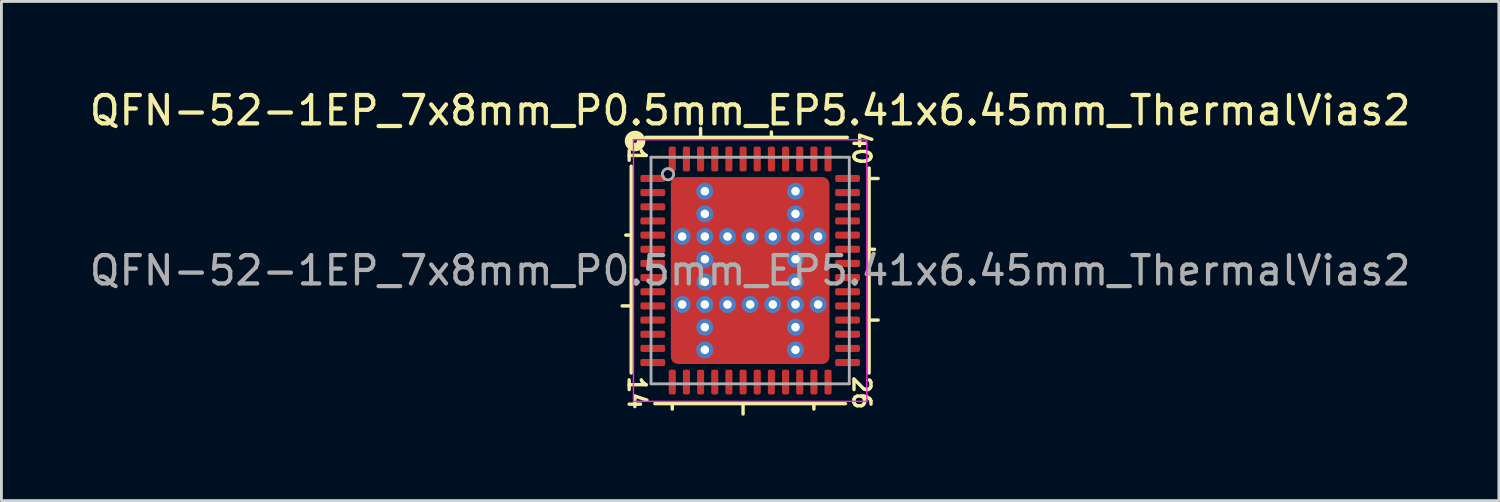
<source format=kicad_pcb>
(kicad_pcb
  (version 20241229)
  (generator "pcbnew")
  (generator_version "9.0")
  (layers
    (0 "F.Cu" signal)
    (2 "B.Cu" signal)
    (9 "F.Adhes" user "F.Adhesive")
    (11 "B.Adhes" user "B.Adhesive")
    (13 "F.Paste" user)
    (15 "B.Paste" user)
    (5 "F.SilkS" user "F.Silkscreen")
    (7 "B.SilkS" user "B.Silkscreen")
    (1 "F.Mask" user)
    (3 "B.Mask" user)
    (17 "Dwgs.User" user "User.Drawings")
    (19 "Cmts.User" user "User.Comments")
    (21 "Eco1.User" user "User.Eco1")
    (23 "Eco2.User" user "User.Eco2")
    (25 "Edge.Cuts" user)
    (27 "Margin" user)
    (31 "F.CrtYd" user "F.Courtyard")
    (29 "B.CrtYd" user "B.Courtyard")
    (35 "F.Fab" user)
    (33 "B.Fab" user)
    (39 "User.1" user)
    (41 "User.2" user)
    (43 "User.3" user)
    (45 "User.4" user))
  (footprint "QFN-52-1EP_7x8mm_P0.5mm_EP5.41x6.45mm_ThermalVias2"
    (layer "F.Cu")
    (at 23.435 6.501)
    (property "Reference" "QFN-52-1EP_7x8mm_P0.5mm_EP5.41x6.45mm_ThermalVias2" (at 0 -5.652 0) (layer "F.SilkS") (effects (font (size 1 1) (thickness 0.15))))
    (attr smd)
    (fp_line (start -4.2 -3.683) (end -4.2 3.619) (stroke (width 0.12) (type solid)) (layer "F.SilkS"))
    (fp_line (start -4.2 -1.25) (end -4.391 -1.25) (stroke (width 0.12) (type solid)) (layer "F.SilkS"))
    (fp_line (start -4.2 1.25) (end -4.518 1.25) (stroke (width 0.12) (type solid)) (layer "F.SilkS"))
    (fp_line (start -3.365 4.7) (end 3.365 4.7) (stroke (width 0.12) (type solid)) (layer "F.SilkS"))
    (fp_line (start -2.75 4.7) (end -2.75 4.891) (stroke (width 0.12) (type solid)) (layer "F.SilkS"))
    (fp_line (start -1.75 -4.7) (end -1.75 -5.018) (stroke (width 0.12) (type solid)) (layer "F.SilkS"))
    (fp_line (start -0.25 4.7) (end -0.25 5.064) (stroke (width 0.12) (type solid)) (layer "F.SilkS"))
    (fp_line (start 0.75 -4.7) (end 0.75 -4.891) (stroke (width 0.12) (type solid)) (layer "F.SilkS"))
    (fp_line (start 2.25 4.7) (end 2.25 4.891) (stroke (width 0.12) (type solid)) (layer "F.SilkS"))
    (fp_line (start 3.429 -4.7) (end -3.683 -4.7) (stroke (width 0.12) (type solid)) (layer "F.SilkS"))
    (fp_line (start 4.2 -3.25) (end 4.518 -3.25) (stroke (width 0.12) (type solid)) (layer "F.SilkS"))
    (fp_line (start 4.2 -0.75) (end 4.391 -0.75) (stroke (width 0.12) (type solid)) (layer "F.SilkS"))
    (fp_line (start 4.2 1.75) (end 4.518 1.75) (stroke (width 0.12) (type solid)) (layer "F.SilkS"))
    (fp_line (start 4.2 3.619) (end 4.2 -3.619) (stroke (width 0.12) (type solid)) (layer "F.SilkS"))
    (fp_circle (center -4.064 -4.572) (end -4 -4.572) (stroke (width 0.3) (type solid)) (fill no) (layer "F.SilkS"))
    (fp_line (start -4.12 -4.62) (end -4.12 4.62) (stroke (width 0.05) (type solid)) (layer "F.CrtYd"))
    (fp_line (start -4.12 4.62) (end 4.12 4.62) (stroke (width 0.05) (type solid)) (layer "F.CrtYd"))
    (fp_line (start 4.12 -4.62) (end -4.12 -4.62) (stroke (width 0.05) (type solid)) (layer "F.CrtYd"))
    (fp_line (start 4.12 4.62) (end 4.12 -4.62) (stroke (width 0.05) (type solid)) (layer "F.CrtYd"))
    (fp_line (start -3.5 -4) (end 3.5 -4) (stroke (width 0.1) (type solid)) (layer "F.Fab"))
    (fp_line (start -3.5 4) (end -3.5 -4) (stroke (width 0.1) (type solid)) (layer "F.Fab"))
    (fp_line (start 3.5 -4) (end 3.5 4) (stroke (width 0.1) (type solid)) (layer "F.Fab"))
    (fp_line (start 3.5 4) (end -3.5 4) (stroke (width 0.1) (type solid)) (layer "F.Fab"))
    (fp_circle (center -2.9 -3.4) (end -2.7 -3.4) (stroke (width 0.1) (type solid)) (fill no) (layer "F.Fab"))
    (fp_text user "1" (at -4 -4.064 270) (unlocked yes) (layer "F.SilkS") (effects (font (size 0.6 0.6) (thickness 0.12))))
    (fp_text user "26" (at 3.937 4.318 270) (unlocked yes) (layer "F.SilkS") (effects (font (size 0.6 0.6) (thickness 0.12))))
    (fp_text user "40" (at 3.937 -4.318 270) (unlocked yes) (layer "F.SilkS") (effects (font (size 0.6 0.6) (thickness 0.12))))
    (fp_text user "14" (at -4 4.318 270) (unlocked yes) (layer "F.SilkS") (effects (font (size 0.6 0.6) (thickness 0.12))))
    (fp_text user "${REFERENCE}" (at 0 0 0) (layer "F.Fab") (effects (font (size 1 1) (thickness 0.15))))
    (pad "" smd roundrect (at -2.3 -2.75) (size 0.6 0.6) (layers "F.Paste") (roundrect_rratio 0.25))
    (pad "" smd roundrect (at -2.3 -2.35 270) (size 1.7 0.8) (layers "F.Mask") (roundrect_rratio 0.25))
    (pad "" smd roundrect (at -2.3 -1.95) (size 0.6 0.6) (layers "F.Paste") (roundrect_rratio 0.25))
    (pad "" smd roundrect (at -2.3 -0.425) (size 0.6 0.65) (layers "F.Paste") (roundrect_rratio 0.25))
    (pad "" smd roundrect (at -2.3 0 270) (size 1.8 0.8) (layers "F.Mask") (roundrect_rratio 0.25))
    (pad "" smd roundrect (at -2.3 0.425) (size 0.6 0.65) (layers "F.Paste") (roundrect_rratio 0.25))
    (pad "" smd roundrect (at -2.3 1.95) (size 0.6 0.6) (layers "F.Paste") (roundrect_rratio 0.25))
    (pad "" smd roundrect (at -2.3 2.35 270) (size 1.7 0.8) (layers "F.Mask") (roundrect_rratio 0.25))
    (pad "" smd roundrect (at -2.3 2.75) (size 0.6 0.6) (layers "F.Paste") (roundrect_rratio 0.25))
    (pad "" smd roundrect (at -0.875 -2.75) (size 0.65 0.6) (layers "F.Paste") (roundrect_rratio 0.25))
    (pad "" smd roundrect (at -0.875 -1.95) (size 0.65 0.6) (layers "F.Paste") (roundrect_rratio 0.25))
    (pad "" smd roundrect (at -0.875 -0.425) (size 0.65 0.65) (layers "F.Paste") (roundrect_rratio 0.25))
    (pad "" smd roundrect (at -0.875 0.425) (size 0.65 0.65) (layers "F.Paste") (roundrect_rratio 0.25))
    (pad "" smd roundrect (at -0.875 1.95) (size 0.65 0.6) (layers "F.Paste") (roundrect_rratio 0.25))
    (pad "" smd roundrect (at -0.875 2.75) (size 0.65 0.6) (layers "F.Paste") (roundrect_rratio 0.25))
    (pad "" smd roundrect (at 0 -2.75) (size 0.7 0.6) (layers "F.Paste") (roundrect_rratio 0.25))
    (pad "" smd roundrect (at 0 -2.35 270) (size 1.7 2.6) (layers "F.Mask") (roundrect_rratio 0.147))
    (pad "" smd roundrect (at 0 -1.95) (size 0.7 0.6) (layers "F.Paste") (roundrect_rratio 0.25))
    (pad "" smd roundrect (at 0 -0.425) (size 0.7 0.65) (layers "F.Paste") (roundrect_rratio 0.25))
    (pad "" smd roundrect (at 0 0 270) (size 1.8 2.6) (layers "F.Mask") (roundrect_rratio 0.139))
    (pad "" smd roundrect (at 0 0.425) (size 0.7 0.65) (layers "F.Paste") (roundrect_rratio 0.25))
    (pad "" smd roundrect (at 0 1.95) (size 0.7 0.6) (layers "F.Paste") (roundrect_rratio 0.25))
    (pad "" smd roundrect (at 0 2.35 270) (size 1.7 2.6) (layers "F.Mask") (roundrect_rratio 0.147))
    (pad "" smd roundrect (at 0 2.75) (size 0.7 0.6) (layers "F.Paste") (roundrect_rratio 0.25))
    (pad "" smd roundrect (at 0.875 -2.75) (size 0.65 0.6) (layers "F.Paste") (roundrect_rratio 0.25))
    (pad "" smd roundrect (at 0.875 -1.95) (size 0.65 0.6) (layers "F.Paste") (roundrect_rratio 0.25))
    (pad "" smd roundrect (at 0.875 -0.425) (size 0.65 0.65) (layers "F.Paste") (roundrect_rratio 0.25))
    (pad "" smd roundrect (at 0.875 0.425) (size 0.65 0.65) (layers "F.Paste") (roundrect_rratio 0.25))
    (pad "" smd roundrect (at 0.875 1.95) (size 0.65 0.6) (layers "F.Paste") (roundrect_rratio 0.25))
    (pad "" smd roundrect (at 0.875 2.75) (size 0.65 0.6) (layers "F.Paste") (roundrect_rratio 0.25))
    (pad "" smd roundrect (at 2.3 -2.75) (size 0.6 0.6) (layers "F.Paste") (roundrect_rratio 0.25))
    (pad "" smd roundrect (at 2.3 -2.35 270) (size 1.7 0.8) (layers "F.Mask") (roundrect_rratio 0.25))
    (pad "" smd roundrect (at 2.3 -1.95) (size 0.6 0.6) (layers "F.Paste") (roundrect_rratio 0.25))
    (pad "" smd roundrect (at 2.3 -0.425) (size 0.6 0.65) (layers "F.Paste") (roundrect_rratio 0.25))
    (pad "" smd roundrect (at 2.3 0 270) (size 1.8 0.8) (layers "F.Mask") (roundrect_rratio 0.25))
    (pad "" smd roundrect (at 2.3 0.425) (size 0.6 0.65) (layers "F.Paste") (roundrect_rratio 0.25))
    (pad "" smd roundrect (at 2.3 1.95) (size 0.6 0.6) (layers "F.Paste") (roundrect_rratio 0.25))
    (pad "" smd roundrect (at 2.3 2.35 270) (size 1.7 0.8) (layers "F.Mask") (roundrect_rratio 0.25))
    (pad "" smd roundrect (at 2.3 2.75) (size 0.6 0.6) (layers "F.Paste") (roundrect_rratio 0.25))
    (pad "1" smd roundrect (at -3.438 -3.25) (size 0.875 0.25) (layers "F.Cu" "F.Mask" "F.Paste") (roundrect_rratio 0.25))
    (pad "2" smd roundrect (at -3.438 -2.75) (size 0.875 0.25) (layers "F.Cu" "F.Mask" "F.Paste") (roundrect_rratio 0.25))
    (pad "3" smd roundrect (at -3.438 -2.25) (size 0.875 0.25) (layers "F.Cu" "F.Mask" "F.Paste") (roundrect_rratio 0.25))
    (pad "4" smd roundrect (at -3.438 -1.75) (size 0.875 0.25) (layers "F.Cu" "F.Mask" "F.Paste") (roundrect_rratio 0.25))
    (pad "5" smd roundrect (at -3.438 -1.25) (size 0.875 0.25) (layers "F.Cu" "F.Mask" "F.Paste") (roundrect_rratio 0.25))
    (pad "6" smd roundrect (at -3.438 -0.75) (size 0.875 0.25) (layers "F.Cu" "F.Mask" "F.Paste") (roundrect_rratio 0.25))
    (pad "7" smd roundrect (at -3.438 -0.25) (size 0.875 0.25) (layers "F.Cu" "F.Mask" "F.Paste") (roundrect_rratio 0.25))
    (pad "8" smd roundrect (at -3.438 0.25) (size 0.875 0.25) (layers "F.Cu" "F.Mask" "F.Paste") (roundrect_rratio 0.25))
    (pad "9" smd roundrect (at -3.438 0.75) (size 0.875 0.25) (layers "F.Cu" "F.Mask" "F.Paste") (roundrect_rratio 0.25))
    (pad "10" smd roundrect (at -3.438 1.25) (size 0.875 0.25) (layers "F.Cu" "F.Mask" "F.Paste") (roundrect_rratio 0.25))
    (pad "11" smd roundrect (at -3.438 1.75) (size 0.875 0.25) (layers "F.Cu" "F.Mask" "F.Paste") (roundrect_rratio 0.25))
    (pad "12" smd roundrect (at -3.438 2.25) (size 0.875 0.25) (layers "F.Cu" "F.Mask" "F.Paste") (roundrect_rratio 0.25))
    (pad "13" smd roundrect (at -3.438 2.75) (size 0.875 0.25) (layers "F.Cu" "F.Mask" "F.Paste") (roundrect_rratio 0.25))
    (pad "14" smd roundrect (at -3.438 3.25) (size 0.875 0.25) (layers "F.Cu" "F.Mask" "F.Paste") (roundrect_rratio 0.25))
    (pad "15" smd roundrect (at -2.75 3.938) (size 0.25 0.875) (layers "F.Cu" "F.Mask" "F.Paste") (roundrect_rratio 0.25))
    (pad "16" smd roundrect (at -2.25 3.938) (size 0.25 0.875) (layers "F.Cu" "F.Mask" "F.Paste") (roundrect_rratio 0.25))
    (pad "17" smd roundrect (at -1.75 3.938) (size 0.25 0.875) (layers "F.Cu" "F.Mask" "F.Paste") (roundrect_rratio 0.25))
    (pad "18" smd roundrect (at -1.25 3.938) (size 0.25 0.875) (layers "F.Cu" "F.Mask" "F.Paste") (roundrect_rratio 0.25))
    (pad "19" smd roundrect (at -0.75 3.938) (size 0.25 0.875) (layers "F.Cu" "F.Mask" "F.Paste") (roundrect_rratio 0.25))
    (pad "20" smd roundrect (at -0.25 3.938) (size 0.25 0.875) (layers "F.Cu" "F.Mask" "F.Paste") (roundrect_rratio 0.25))
    (pad "21" smd roundrect (at 0.25 3.938) (size 0.25 0.875) (layers "F.Cu" "F.Mask" "F.Paste") (roundrect_rratio 0.25))
    (pad "22" smd roundrect (at 0.75 3.938) (size 0.25 0.875) (layers "F.Cu" "F.Mask" "F.Paste") (roundrect_rratio 0.25))
    (pad "23" smd roundrect (at 1.25 3.938) (size 0.25 0.875) (layers "F.Cu" "F.Mask" "F.Paste") (roundrect_rratio 0.25))
    (pad "24" smd roundrect (at 1.75 3.938) (size 0.25 0.875) (layers "F.Cu" "F.Mask" "F.Paste") (roundrect_rratio 0.25))
    (pad "25" smd roundrect (at 2.25 3.938) (size 0.25 0.875) (layers "F.Cu" "F.Mask" "F.Paste") (roundrect_rratio 0.25))
    (pad "26" smd roundrect (at 2.75 3.938) (size 0.25 0.875) (layers "F.Cu" "F.Mask" "F.Paste") (roundrect_rratio 0.25))
    (pad "27" smd roundrect (at 3.438 3.25) (size 0.875 0.25) (layers "F.Cu" "F.Mask" "F.Paste") (roundrect_rratio 0.25))
    (pad "28" smd roundrect (at 3.438 2.75) (size 0.875 0.25) (layers "F.Cu" "F.Mask" "F.Paste") (roundrect_rratio 0.25))
    (pad "29" smd roundrect (at 3.438 2.25) (size 0.875 0.25) (layers "F.Cu" "F.Mask" "F.Paste") (roundrect_rratio 0.25))
    (pad "30" smd roundrect (at 3.438 1.75) (size 0.875 0.25) (layers "F.Cu" "F.Mask" "F.Paste") (roundrect_rratio 0.25))
    (pad "31" smd roundrect (at 3.438 1.25) (size 0.875 0.25) (layers "F.Cu" "F.Mask" "F.Paste") (roundrect_rratio 0.25))
    (pad "32" smd roundrect (at 3.438 0.75) (size 0.875 0.25) (layers "F.Cu" "F.Mask" "F.Paste") (roundrect_rratio 0.25))
    (pad "33" smd roundrect (at 3.438 0.25) (size 0.875 0.25) (layers "F.Cu" "F.Mask" "F.Paste") (roundrect_rratio 0.25))
    (pad "34" smd roundrect (at 3.438 -0.25) (size 0.875 0.25) (layers "F.Cu" "F.Mask" "F.Paste") (roundrect_rratio 0.25))
    (pad "35" smd roundrect (at 3.438 -0.75) (size 0.875 0.25) (layers "F.Cu" "F.Mask" "F.Paste") (roundrect_rratio 0.25))
    (pad "36" smd roundrect (at 3.438 -1.25) (size 0.875 0.25) (layers "F.Cu" "F.Mask" "F.Paste") (roundrect_rratio 0.25))
    (pad "37" smd roundrect (at 3.438 -1.75) (size 0.875 0.25) (layers "F.Cu" "F.Mask" "F.Paste") (roundrect_rratio 0.25))
    (pad "38" smd roundrect (at 3.438 -2.25) (size 0.875 0.25) (layers "F.Cu" "F.Mask" "F.Paste") (roundrect_rratio 0.25))
    (pad "39" smd roundrect (at 3.438 -2.75) (size 0.875 0.25) (layers "F.Cu" "F.Mask" "F.Paste") (roundrect_rratio 0.25))
    (pad "40" smd roundrect (at 3.438 -3.25) (size 0.875 0.25) (layers "F.Cu" "F.Mask" "F.Paste") (roundrect_rratio 0.25))
    (pad "41" smd roundrect (at 2.75 -3.938) (size 0.25 0.875) (layers "F.Cu" "F.Mask" "F.Paste") (roundrect_rratio 0.25))
    (pad "42" smd roundrect (at 2.25 -3.938) (size 0.25 0.875) (layers "F.Cu" "F.Mask" "F.Paste") (roundrect_rratio 0.25))
    (pad "43" smd roundrect (at 1.75 -3.938) (size 0.25 0.875) (layers "F.Cu" "F.Mask" "F.Paste") (roundrect_rratio 0.25))
    (pad "44" smd roundrect (at 1.25 -3.938) (size 0.25 0.875) (layers "F.Cu" "F.Mask" "F.Paste") (roundrect_rratio 0.25))
    (pad "45" smd roundrect (at 0.75 -3.938) (size 0.25 0.875) (layers "F.Cu" "F.Mask" "F.Paste") (roundrect_rratio 0.25))
    (pad "46" smd roundrect (at 0.25 -3.938) (size 0.25 0.875) (layers "F.Cu" "F.Mask" "F.Paste") (roundrect_rratio 0.25))
    (pad "47" smd roundrect (at -0.25 -3.938) (size 0.25 0.875) (layers "F.Cu" "F.Mask" "F.Paste") (roundrect_rratio 0.25))
    (pad "48" smd roundrect (at -0.75 -3.938) (size 0.25 0.875) (layers "F.Cu" "F.Mask" "F.Paste") (roundrect_rratio 0.25))
    (pad "49" smd roundrect (at -1.25 -3.938) (size 0.25 0.875) (layers "F.Cu" "F.Mask" "F.Paste") (roundrect_rratio 0.25))
    (pad "50" smd roundrect (at -1.75 -3.938) (size 0.25 0.875) (layers "F.Cu" "F.Mask" "F.Paste") (roundrect_rratio 0.25))
    (pad "51" smd roundrect (at -2.25 -3.938) (size 0.25 0.875) (layers "F.Cu" "F.Mask" "F.Paste") (roundrect_rratio 0.25))
    (pad "52" smd roundrect (at -2.75 -3.938) (size 0.25 0.875) (layers "F.Cu" "F.Mask" "F.Paste") (roundrect_rratio 0.25))
    (pad "53" thru_hole circle (at -2.4 -1.2) (size 0.6 0.6) (drill 0.3) (property pad_prop_heatsink) (layers "*.Cu" "*.Mask"))
    (pad "53" thru_hole circle (at -2.4 1.2) (size 0.6 0.6) (drill 0.3) (property pad_prop_heatsink) (layers "*.Cu" "*.Mask"))
    (pad "53" thru_hole circle (at -1.6 -2.8) (size 0.6 0.6) (drill 0.3) (property pad_prop_heatsink) (layers "*.Cu" "*.Mask"))
    (pad "53" thru_hole circle (at -1.6 -2) (size 0.6 0.6) (drill 0.3) (property pad_prop_heatsink) (layers "*.Cu" "*.Mask"))
    (pad "53" thru_hole circle (at -1.6 -1.2) (size 0.6 0.6) (drill 0.3) (property pad_prop_heatsink) (layers "*.Cu" "*.Mask"))
    (pad "53" thru_hole circle (at -1.6 -0.4) (size 0.6 0.6) (drill 0.3) (property pad_prop_heatsink) (layers "*.Cu" "*.Mask"))
    (pad "53" thru_hole circle (at -1.6 0.4) (size 0.6 0.6) (drill 0.3) (property pad_prop_heatsink) (layers "*.Cu" "*.Mask"))
    (pad "53" thru_hole circle (at -1.6 1.2) (size 0.6 0.6) (drill 0.3) (property pad_prop_heatsink) (layers "*.Cu" "*.Mask"))
    (pad "53" thru_hole circle (at -1.6 2) (size 0.6 0.6) (drill 0.3) (property pad_prop_heatsink) (layers "*.Cu" "*.Mask"))
    (pad "53" thru_hole circle (at -1.6 2.8) (size 0.6 0.6) (drill 0.3) (property pad_prop_heatsink) (layers "*.Cu" "*.Mask"))
    (pad "53" thru_hole circle (at -0.8 -1.2) (size 0.6 0.6) (drill 0.3) (property pad_prop_heatsink) (layers "*.Cu" "*.Mask"))
    (pad "53" thru_hole circle (at -0.8 1.2) (size 0.6 0.6) (drill 0.3) (property pad_prop_heatsink) (layers "*.Cu" "*.Mask"))
    (pad "53" thru_hole circle (at 0 -1.2) (size 0.6 0.6) (drill 0.3) (property pad_prop_heatsink) (layers "*.Cu" "*.Mask"))
    (pad "53" smd roundrect (at 0 0) (size 5.6 6.6) (layers "F.Cu") (roundrect_rratio 0.045))
    (pad "53" thru_hole circle (at 0 1.2) (size 0.6 0.6) (drill 0.3) (property pad_prop_heatsink) (layers "*.Cu" "*.Mask"))
    (pad "53" thru_hole circle (at 0.8 -1.2) (size 0.6 0.6) (drill 0.3) (property pad_prop_heatsink) (layers "*.Cu" "*.Mask"))
    (pad "53" thru_hole circle (at 0.8 1.2) (size 0.6 0.6) (drill 0.3) (property pad_prop_heatsink) (layers "*.Cu" "*.Mask"))
    (pad "53" thru_hole circle (at 1.6 -2.8) (size 0.6 0.6) (drill 0.3) (property pad_prop_heatsink) (layers "*.Cu" "*.Mask"))
    (pad "53" thru_hole circle (at 1.6 -2) (size 0.6 0.6) (drill 0.3) (property pad_prop_heatsink) (layers "*.Cu" "*.Mask"))
    (pad "53" thru_hole circle (at 1.6 -1.2) (size 0.6 0.6) (drill 0.3) (property pad_prop_heatsink) (layers "*.Cu" "*.Mask"))
    (pad "53" thru_hole circle (at 1.6 -0.4) (size 0.6 0.6) (drill 0.3) (property pad_prop_heatsink) (layers "*.Cu" "*.Mask"))
    (pad "53" thru_hole circle (at 1.6 0.4) (size 0.6 0.6) (drill 0.3) (property pad_prop_heatsink) (layers "*.Cu" "*.Mask"))
    (pad "53" thru_hole circle (at 1.6 1.2) (size 0.6 0.6) (drill 0.3) (property pad_prop_heatsink) (layers "*.Cu" "*.Mask"))
    (pad "53" thru_hole circle (at 1.6 2) (size 0.6 0.6) (drill 0.3) (property pad_prop_heatsink) (layers "*.Cu" "*.Mask"))
    (pad "53" thru_hole circle (at 1.6 2.8) (size 0.6 0.6) (drill 0.3) (property pad_prop_heatsink) (layers "*.Cu" "*.Mask"))
    (pad "53" thru_hole circle (at 2.4 -1.2) (size 0.6 0.6) (drill 0.3) (property pad_prop_heatsink) (layers "*.Cu" "*.Mask"))
    (pad "53" thru_hole circle (at 2.4 1.2) (size 0.6 0.6) (drill 0.3) (property pad_prop_heatsink) (layers "*.Cu" "*.Mask")))
  (gr_rect
    (start -3 -3)
    (end 49.869 14.625)
    (stroke (width 0.1) (type default))
    (fill no)
    (layer "Edge.Cuts")))
</source>
